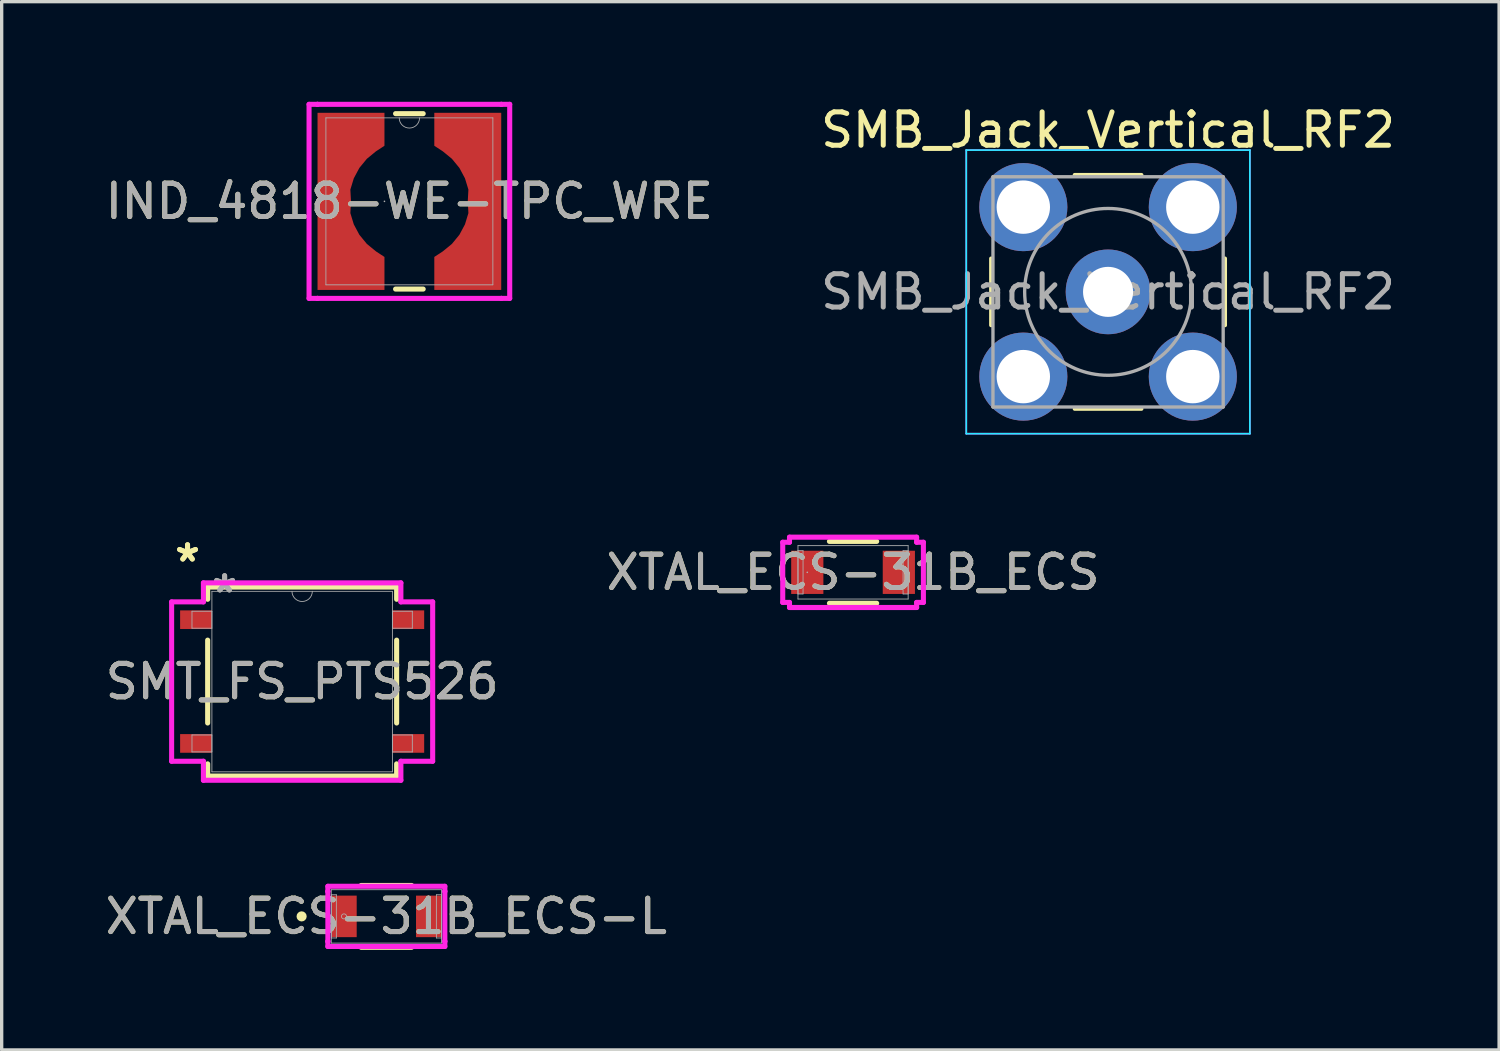
<source format=kicad_pcb>
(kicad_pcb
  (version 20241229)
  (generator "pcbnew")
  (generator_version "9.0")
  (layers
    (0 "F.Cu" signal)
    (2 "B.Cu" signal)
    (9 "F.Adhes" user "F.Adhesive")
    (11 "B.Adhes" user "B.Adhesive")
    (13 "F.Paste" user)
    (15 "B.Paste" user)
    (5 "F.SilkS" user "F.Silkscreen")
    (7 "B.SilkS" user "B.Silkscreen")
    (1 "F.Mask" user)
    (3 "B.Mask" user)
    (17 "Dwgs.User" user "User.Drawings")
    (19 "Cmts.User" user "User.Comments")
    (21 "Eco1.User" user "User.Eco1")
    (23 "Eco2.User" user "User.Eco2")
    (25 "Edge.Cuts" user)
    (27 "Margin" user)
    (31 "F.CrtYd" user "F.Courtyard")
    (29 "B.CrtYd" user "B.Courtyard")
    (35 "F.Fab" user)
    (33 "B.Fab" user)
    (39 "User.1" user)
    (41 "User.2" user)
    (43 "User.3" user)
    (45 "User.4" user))
  (footprint "SMT_FS_PTS526"
    (layer "F.Cu")
    (at 6.006 17.378)
    (property "Reference" "SMT_FS_PTS526" (at 0 0 0) (unlocked yes) (layer "F.SilkS") (effects (font (size 1 1) (thickness 0.15))))
    (attr smd)
    (fp_line (start -2.832 -2.832) (end -2.832 -2.466) (stroke (width 0.152) (type solid)) (layer "F.SilkS"))
    (fp_line (start -2.832 -1.242) (end -2.832 1.242) (stroke (width 0.152) (type solid)) (layer "F.SilkS"))
    (fp_line (start -2.832 2.466) (end -2.832 2.832) (stroke (width 0.152) (type solid)) (layer "F.SilkS"))
    (fp_line (start -2.832 2.832) (end 2.832 2.832) (stroke (width 0.152) (type solid)) (layer "F.SilkS"))
    (fp_line (start 2.832 -2.832) (end -2.832 -2.832) (stroke (width 0.152) (type solid)) (layer "F.SilkS"))
    (fp_line (start 2.832 -2.466) (end 2.832 -2.832) (stroke (width 0.152) (type solid)) (layer "F.SilkS"))
    (fp_line (start 2.832 1.242) (end 2.832 -1.242) (stroke (width 0.152) (type solid)) (layer "F.SilkS"))
    (fp_line (start 2.832 2.832) (end 2.832 2.466) (stroke (width 0.152) (type solid)) (layer "F.SilkS"))
    (fp_line (start -3.912 -2.388) (end -2.959 -2.388) (stroke (width 0.152) (type solid)) (layer "F.CrtYd"))
    (fp_line (start -3.912 2.388) (end -3.912 -2.388) (stroke (width 0.152) (type solid)) (layer "F.CrtYd"))
    (fp_line (start -3.912 2.388) (end -2.959 2.388) (stroke (width 0.152) (type solid)) (layer "F.CrtYd"))
    (fp_line (start -2.959 -2.959) (end 2.959 -2.959) (stroke (width 0.152) (type solid)) (layer "F.CrtYd"))
    (fp_line (start -2.959 -2.388) (end -2.959 -2.959) (stroke (width 0.152) (type solid)) (layer "F.CrtYd"))
    (fp_line (start -2.959 2.959) (end -2.959 2.388) (stroke (width 0.152) (type solid)) (layer "F.CrtYd"))
    (fp_line (start 2.959 -2.959) (end 2.959 -2.388) (stroke (width 0.152) (type solid)) (layer "F.CrtYd"))
    (fp_line (start 2.959 2.388) (end 2.959 2.959) (stroke (width 0.152) (type solid)) (layer "F.CrtYd"))
    (fp_line (start 2.959 2.959) (end -2.959 2.959) (stroke (width 0.152) (type solid)) (layer "F.CrtYd"))
    (fp_line (start 3.912 -2.388) (end 2.959 -2.388) (stroke (width 0.152) (type solid)) (layer "F.CrtYd"))
    (fp_line (start 3.912 -2.388) (end 3.912 2.388) (stroke (width 0.152) (type solid)) (layer "F.CrtYd"))
    (fp_line (start 3.912 2.388) (end 2.959 2.388) (stroke (width 0.152) (type solid)) (layer "F.CrtYd"))
    (fp_line (start -3.302 -2.108) (end -3.302 -1.6) (stroke (width 0.025) (type solid)) (layer "F.Fab"))
    (fp_line (start -3.302 -1.6) (end -2.705 -1.6) (stroke (width 0.025) (type solid)) (layer "F.Fab"))
    (fp_line (start -3.302 1.6) (end -3.302 2.108) (stroke (width 0.025) (type solid)) (layer "F.Fab"))
    (fp_line (start -3.302 2.108) (end -2.705 2.108) (stroke (width 0.025) (type solid)) (layer "F.Fab"))
    (fp_line (start -2.705 -2.705) (end -2.705 2.705) (stroke (width 0.025) (type solid)) (layer "F.Fab"))
    (fp_line (start -2.705 -2.108) (end -3.302 -2.108) (stroke (width 0.025) (type solid)) (layer "F.Fab"))
    (fp_line (start -2.705 -1.6) (end -2.705 -2.108) (stroke (width 0.025) (type solid)) (layer "F.Fab"))
    (fp_line (start -2.705 1.6) (end -3.302 1.6) (stroke (width 0.025) (type solid)) (layer "F.Fab"))
    (fp_line (start -2.705 2.108) (end -2.705 1.6) (stroke (width 0.025) (type solid)) (layer "F.Fab"))
    (fp_line (start -2.705 2.705) (end 2.705 2.705) (stroke (width 0.025) (type solid)) (layer "F.Fab"))
    (fp_line (start 2.705 -2.705) (end -2.705 -2.705) (stroke (width 0.025) (type solid)) (layer "F.Fab"))
    (fp_line (start 2.705 -2.108) (end 2.705 -1.6) (stroke (width 0.025) (type solid)) (layer "F.Fab"))
    (fp_line (start 2.705 -1.6) (end 3.302 -1.6) (stroke (width 0.025) (type solid)) (layer "F.Fab"))
    (fp_line (start 2.705 1.6) (end 2.705 2.108) (stroke (width 0.025) (type solid)) (layer "F.Fab"))
    (fp_line (start 2.705 2.108) (end 3.302 2.108) (stroke (width 0.025) (type solid)) (layer "F.Fab"))
    (fp_line (start 2.705 2.705) (end 2.705 -2.705) (stroke (width 0.025) (type solid)) (layer "F.Fab"))
    (fp_line (start 3.302 -2.108) (end 2.705 -2.108) (stroke (width 0.025) (type solid)) (layer "F.Fab"))
    (fp_line (start 3.302 -1.6) (end 3.302 -2.108) (stroke (width 0.025) (type solid)) (layer "F.Fab"))
    (fp_line (start 3.302 1.6) (end 2.705 1.6) (stroke (width 0.025) (type solid)) (layer "F.Fab"))
    (fp_line (start 3.302 2.108) (end 3.302 1.6) (stroke (width 0.025) (type solid)) (layer "F.Fab"))
    (fp_arc (start 0.3048 -2.7051) (mid 0 -2.4003) (end -0.3048 -2.7051) (stroke (width 0.0254) (type solid)) (layer "F.Fab"))
    (fp_text user "*" (at -3.435 -3.556 0) (unlocked yes) (layer "F.SilkS") (effects (font (size 1 1) (thickness 0.15))))
    (fp_text user "*" (at -3.435 -3.556 0) (layer "F.SilkS") (effects (font (size 1 1) (thickness 0.15))))
    (fp_text user "*" (at -2.324 -2.629 0) (layer "F.Fab") (effects (font (size 1 1) (thickness 0.15))))
    (fp_text user "${REFERENCE}" (at 0 0 0) (unlocked yes) (layer "F.Fab") (effects (font (size 1 1) (thickness 0.15))))
    (fp_text user "*" (at -2.324 -2.629 0) (unlocked yes) (layer "F.Fab") (effects (font (size 1 1) (thickness 0.15))))
    (pad "1" smd rect (at -3.181 -1.854) (size 0.953 0.559) (layers "F.Cu" "F.Mask" "F.Paste"))
    (pad "2" smd rect (at 3.181 -1.854) (size 0.953 0.559) (layers "F.Cu" "F.Mask" "F.Paste"))
    (pad "3" smd rect (at -3.181 1.854) (size 0.953 0.559) (layers "F.Cu" "F.Mask" "F.Paste"))
    (pad "4" smd rect (at 3.181 1.854) (size 0.953 0.559) (layers "F.Cu" "F.Mask" "F.Paste")))
  (footprint "IND_4818-WE-TPC_WRE"
    (layer "F.Cu")
    (at 9.22 2.985)
    (property "Reference" "IND_4818-WE-TPC_WRE" (at 0 0 0) (unlocked yes) (layer "F.SilkS") (effects (font (size 1 1) (thickness 0.15))))
    (attr smd)
    (fp_line (start -0.414 2.629) (end 0.414 2.629) (stroke (width 0.152) (type solid)) (layer "F.SilkS"))
    (fp_line (start 0.414 -2.629) (end -0.414 -2.629) (stroke (width 0.152) (type solid)) (layer "F.SilkS"))
    (fp_line (start -3.007 -2.908) (end -2.756 -2.908) (stroke (width 0.152) (type solid)) (layer "F.CrtYd"))
    (fp_line (start -3.007 2.908) (end -3.007 -2.908) (stroke (width 0.152) (type solid)) (layer "F.CrtYd"))
    (fp_line (start -3.007 2.908) (end -2.756 2.908) (stroke (width 0.152) (type solid)) (layer "F.CrtYd"))
    (fp_line (start -2.756 -2.908) (end -2.756 -2.908) (stroke (width 0.152) (type solid)) (layer "F.CrtYd"))
    (fp_line (start -2.756 -2.908) (end 2.756 -2.908) (stroke (width 0.152) (type solid)) (layer "F.CrtYd"))
    (fp_line (start -2.756 2.908) (end -2.756 2.908) (stroke (width 0.152) (type solid)) (layer "F.CrtYd"))
    (fp_line (start 2.756 -2.908) (end 2.756 -2.908) (stroke (width 0.152) (type solid)) (layer "F.CrtYd"))
    (fp_line (start 2.756 2.908) (end -2.756 2.908) (stroke (width 0.152) (type solid)) (layer "F.CrtYd"))
    (fp_line (start 2.756 2.908) (end 2.756 2.908) (stroke (width 0.152) (type solid)) (layer "F.CrtYd"))
    (fp_line (start 3.007 -2.908) (end 2.756 -2.908) (stroke (width 0.152) (type solid)) (layer "F.CrtYd"))
    (fp_line (start 3.007 -2.908) (end 3.007 2.908) (stroke (width 0.152) (type solid)) (layer "F.CrtYd"))
    (fp_line (start 3.007 2.908) (end 2.756 2.908) (stroke (width 0.152) (type solid)) (layer "F.CrtYd"))
    (fp_line (start -2.502 -2.502) (end -2.502 2.502) (stroke (width 0.025) (type solid)) (layer "F.Fab"))
    (fp_line (start -2.502 2.502) (end 2.502 2.502) (stroke (width 0.025) (type solid)) (layer "F.Fab"))
    (fp_line (start 2.502 -2.502) (end -2.502 -2.502) (stroke (width 0.025) (type solid)) (layer "F.Fab"))
    (fp_line (start 2.502 2.502) (end 2.502 -2.502) (stroke (width 0.025) (type solid)) (layer "F.Fab"))
    (fp_arc (start 0.3048 -2.5019) (mid 0 -2.1971) (end -0.3048 -2.5019) (stroke (width 0.0254) (type solid)) (layer "F.Fab"))
    (fp_circle (center -0.747 0) (end -0.747 0) (stroke (width 0.025) (type solid)) (fill no) (layer "F.Fab"))
    (fp_text user "${REFERENCE}" (at 0 0 0) (unlocked yes) (layer "F.Fab") (effects (font (size 1 1) (thickness 0.15))))
    (pad "1" smd custom (at -2.286 0) (size 0.127 0.127) (layers "F.Cu" "F.Mask" "F.Paste") (options (anchor rect)) (primitives (gr_poly (pts (xy -0.467 -2.654) (xy 1.539 -2.654) (xy 1.539 -1.666) (xy 1.284 -1.499) (xy 1.011 -1.275) (xy 0.787 -1.002) (xy 0.62 -0.69) (xy 0.517 -0.352) (xy 0.536 0) (xy 0.517 0.352) (xy 0.62 0.69) (xy 0.787 1.002) (xy 1.011 1.275) (xy 1.284 1.499) (xy 1.539 1.666) (xy 1.539 2.654) (xy -0.467 2.654)) (width 0) (fill yes))))
    (pad "2" smd custom (at 2.286 0) (size 0.127 0.127) (layers "F.Cu" "F.Mask" "F.Paste") (options (anchor rect)) (primitives (gr_poly (pts (xy 0.467 -2.654) (xy -1.539 -2.654) (xy -1.539 -1.666) (xy -1.284 -1.499) (xy -1.011 -1.275) (xy -0.787 -1.002) (xy -0.62 -0.69) (xy -0.517 -0.352) (xy -0.536 0) (xy -0.517 0.352) (xy -0.62 0.69) (xy -0.787 1.002) (xy -1.011 1.275) (xy -1.284 1.499) (xy -1.539 1.666) (xy -1.539 2.654) (xy 0.467 2.654)) (width 0) (fill yes)))))
  (footprint "SMB_Jack_Vertical_RF2"
    (layer "F.Cu")
    (at 30.161 5.698)
    (property "Reference" "SMB_Jack_Vertical_RF2" (at 0 -4.85 0) (layer "F.SilkS") (effects (font (size 1 1) (thickness 0.15))))
    (attr through_hole)
    (fp_line (start -3.505 1) (end -3.505 -1) (stroke (width 0.12) (type solid)) (layer "F.SilkS"))
    (fp_line (start -1 -3.505) (end 1 -3.505) (stroke (width 0.12) (type solid)) (layer "F.SilkS"))
    (fp_line (start 1 3.505) (end -1 3.505) (stroke (width 0.12) (type solid)) (layer "F.SilkS"))
    (fp_line (start 3.505 -1) (end 3.505 1) (stroke (width 0.12) (type solid)) (layer "F.SilkS"))
    (fp_line (start -4.25 -4.25) (end 4.25 -4.25) (stroke (width 0.05) (type solid)) (layer "B.CrtYd"))
    (fp_line (start -4.25 4.25) (end -4.25 -4.25) (stroke (width 0.05) (type solid)) (layer "B.CrtYd"))
    (fp_line (start 4.25 -4.25) (end 4.25 4.25) (stroke (width 0.05) (type solid)) (layer "B.CrtYd"))
    (fp_line (start 4.25 4.25) (end -4.25 4.25) (stroke (width 0.05) (type solid)) (layer "B.CrtYd"))
    (fp_line (start -4.25 -4.25) (end 4.25 -4.25) (stroke (width 0.05) (type solid)) (layer "F.CrtYd"))
    (fp_line (start -4.25 4.25) (end -4.25 -4.25) (stroke (width 0.05) (type solid)) (layer "F.CrtYd"))
    (fp_line (start 4.25 -4.25) (end 4.25 4.25) (stroke (width 0.05) (type solid)) (layer "F.CrtYd"))
    (fp_line (start 4.25 4.25) (end -4.25 4.25) (stroke (width 0.05) (type solid)) (layer "F.CrtYd"))
    (fp_line (start -3.45 -3.45) (end -3.45 3.45) (stroke (width 0.1) (type solid)) (layer "F.Fab"))
    (fp_line (start -3.45 3.45) (end 3.45 3.45) (stroke (width 0.1) (type solid)) (layer "F.Fab"))
    (fp_line (start 3.45 -3.45) (end -3.45 -3.45) (stroke (width 0.1) (type solid)) (layer "F.Fab"))
    (fp_line (start 3.45 3.45) (end 3.45 -3.45) (stroke (width 0.1) (type solid)) (layer "F.Fab"))
    (fp_circle (center 0 0) (end 2.5 0) (stroke (width 0.1) (type solid)) (fill no) (layer "F.Fab"))
    (fp_text user "${REFERENCE}" (at 0 0 0) (layer "F.Fab") (effects (font (size 1 1) (thickness 0.15))))
    (pad "1" thru_hole circle (at 0 0) (size 2.54 2.54) (drill 1.5) (layers "*.Cu" "*.Mask"))
    (pad "2" thru_hole circle (at -2.54 -2.54) (size 2.64 2.64) (drill 1.6) (layers "*.Cu" "*.Mask"))
    (pad "2" thru_hole circle (at -2.54 2.54) (size 2.64 2.64) (drill 1.6) (layers "*.Cu" "*.Mask"))
    (pad "2" thru_hole circle (at 2.54 -2.54) (size 2.64 2.64) (drill 1.6) (layers "*.Cu" "*.Mask"))
    (pad "2" thru_hole circle (at 2.54 2.54) (size 2.64 2.64) (drill 1.6) (layers "*.Cu" "*.Mask")))
  (footprint "XTAL_ECS-31B_ECS-L"
    (layer "F.Cu")
    (at 8.53 24.416)
    (property "Reference" "XTAL_ECS-31B_ECS-L" (at 0 0 0) (unlocked yes) (layer "F.SilkS") (effects (font (size 1 1) (thickness 0.15))))
    (attr smd)
    (fp_line (start -0.756 0.927) (end 0.756 0.927) (stroke (width 0.152) (type solid)) (layer "F.SilkS"))
    (fp_line (start 0.756 -0.927) (end -0.756 -0.927) (stroke (width 0.152) (type solid)) (layer "F.SilkS"))
    (fp_circle (center -2.54 0) (end -2.464 0) (stroke (width 0.152) (type solid)) (fill no) (layer "F.SilkS"))
    (fp_line (start -1.753 -0.902) (end 1.753 -0.902) (stroke (width 0.152) (type solid)) (layer "F.CrtYd"))
    (fp_line (start -1.753 -0.749) (end -1.753 -0.902) (stroke (width 0.152) (type solid)) (layer "F.CrtYd"))
    (fp_line (start -1.753 -0.749) (end -1.753 -0.749) (stroke (width 0.152) (type solid)) (layer "F.CrtYd"))
    (fp_line (start -1.753 0.749) (end -1.753 -0.749) (stroke (width 0.152) (type solid)) (layer "F.CrtYd"))
    (fp_line (start -1.753 0.749) (end -1.753 0.749) (stroke (width 0.152) (type solid)) (layer "F.CrtYd"))
    (fp_line (start -1.753 0.902) (end -1.753 0.749) (stroke (width 0.152) (type solid)) (layer "F.CrtYd"))
    (fp_line (start 1.753 -0.902) (end 1.753 -0.749) (stroke (width 0.152) (type solid)) (layer "F.CrtYd"))
    (fp_line (start 1.753 -0.749) (end 1.753 -0.749) (stroke (width 0.152) (type solid)) (layer "F.CrtYd"))
    (fp_line (start 1.753 -0.749) (end 1.753 0.749) (stroke (width 0.152) (type solid)) (layer "F.CrtYd"))
    (fp_line (start 1.753 0.749) (end 1.753 0.749) (stroke (width 0.152) (type solid)) (layer "F.CrtYd"))
    (fp_line (start 1.753 0.749) (end 1.753 0.902) (stroke (width 0.152) (type solid)) (layer "F.CrtYd"))
    (fp_line (start 1.753 0.902) (end -1.753 0.902) (stroke (width 0.152) (type solid)) (layer "F.CrtYd"))
    (fp_line (start -1.651 -0.8) (end -1.651 0.8) (stroke (width 0.025) (type solid)) (layer "F.Fab"))
    (fp_line (start -1.651 -0.648) (end -1.499 -0.648) (stroke (width 0.025) (type solid)) (layer "F.Fab"))
    (fp_line (start -1.651 0.648) (end -1.651 -0.648) (stroke (width 0.025) (type solid)) (layer "F.Fab"))
    (fp_line (start -1.651 0.8) (end 1.651 0.8) (stroke (width 0.025) (type solid)) (layer "F.Fab"))
    (fp_line (start -1.499 -0.648) (end -1.499 0.648) (stroke (width 0.025) (type solid)) (layer "F.Fab"))
    (fp_line (start -1.499 0.648) (end -1.651 0.648) (stroke (width 0.025) (type solid)) (layer "F.Fab"))
    (fp_line (start 1.499 -0.648) (end 1.651 -0.648) (stroke (width 0.025) (type solid)) (layer "F.Fab"))
    (fp_line (start 1.499 0.648) (end 1.499 -0.648) (stroke (width 0.025) (type solid)) (layer "F.Fab"))
    (fp_line (start 1.651 -0.8) (end -1.651 -0.8) (stroke (width 0.025) (type solid)) (layer "F.Fab"))
    (fp_line (start 1.651 -0.648) (end 1.651 0.648) (stroke (width 0.025) (type solid)) (layer "F.Fab"))
    (fp_line (start 1.651 0.648) (end 1.499 0.648) (stroke (width 0.025) (type solid)) (layer "F.Fab"))
    (fp_line (start 1.651 0.8) (end 1.651 -0.8) (stroke (width 0.025) (type solid)) (layer "F.Fab"))
    (fp_circle (center -1.27 0) (end -1.194 0) (stroke (width 0.025) (type solid)) (fill no) (layer "F.Fab"))
    (fp_text user "${REFERENCE}" (at 0 0 0) (unlocked yes) (layer "F.Fab") (effects (font (size 1 1) (thickness 0.15))))
    (pad "1" smd rect (at -1.27 0) (size 0.762 1.245) (layers "F.Cu" "F.Mask" "F.Paste"))
    (pad "2" smd rect (at 1.27 0) (size 0.762 1.245) (layers "F.Cu" "F.Mask" "F.Paste"))
    (zone (net_name "") (layer "F.Cu") (hatch full 0.508) (connect_pads) (min_thickness 0.254) (filled_areas_thickness no) (keepout (tracks not_allowed) (vias not_allowed) (pads allowed) (copperpour not_allowed) (footprints allowed)) (placement (enabled no)) (fill) (polygon (pts (xy 7.692 23.667) (xy 9.368 23.667) (xy 9.368 25.165) (xy 7.692 25.165)))))
  (footprint "XTAL_ECS-31B_ECS"
    (layer "F.Cu")
    (at 22.518 14.104)
    (property "Reference" "XTAL_ECS-31B_ECS" (at 0 0 0) (unlocked yes) (layer "F.SilkS") (effects (font (size 1 1) (thickness 0.15))))
    (attr smd)
    (fp_line (start -0.708 0.927) (end 0.708 0.927) (stroke (width 0.152) (type solid)) (layer "F.SilkS"))
    (fp_line (start 0.708 -0.927) (end -0.708 -0.927) (stroke (width 0.152) (type solid)) (layer "F.SilkS"))
    (fp_line (start -2.108 -0.902) (end -1.905 -0.902) (stroke (width 0.152) (type solid)) (layer "F.CrtYd"))
    (fp_line (start -2.108 0.902) (end -2.108 -0.902) (stroke (width 0.152) (type solid)) (layer "F.CrtYd"))
    (fp_line (start -1.905 -1.054) (end 1.905 -1.054) (stroke (width 0.152) (type solid)) (layer "F.CrtYd"))
    (fp_line (start -1.905 -0.902) (end -1.905 -1.054) (stroke (width 0.152) (type solid)) (layer "F.CrtYd"))
    (fp_line (start -1.905 0.902) (end -2.108 0.902) (stroke (width 0.152) (type solid)) (layer "F.CrtYd"))
    (fp_line (start -1.905 1.054) (end -1.905 0.902) (stroke (width 0.152) (type solid)) (layer "F.CrtYd"))
    (fp_line (start 1.905 -1.054) (end 1.905 -0.902) (stroke (width 0.152) (type solid)) (layer "F.CrtYd"))
    (fp_line (start 1.905 -0.902) (end 2.108 -0.902) (stroke (width 0.152) (type solid)) (layer "F.CrtYd"))
    (fp_line (start 1.905 0.902) (end 1.905 1.054) (stroke (width 0.152) (type solid)) (layer "F.CrtYd"))
    (fp_line (start 1.905 1.054) (end -1.905 1.054) (stroke (width 0.152) (type solid)) (layer "F.CrtYd"))
    (fp_line (start 2.108 -0.902) (end 2.108 0.902) (stroke (width 0.152) (type solid)) (layer "F.CrtYd"))
    (fp_line (start 2.108 0.902) (end 1.905 0.902) (stroke (width 0.152) (type solid)) (layer "F.CrtYd"))
    (fp_line (start -1.651 -0.8) (end -1.651 0.8) (stroke (width 0.025) (type solid)) (layer "F.Fab"))
    (fp_line (start -1.651 -0.648) (end -1.499 -0.648) (stroke (width 0.025) (type solid)) (layer "F.Fab"))
    (fp_line (start -1.651 0.648) (end -1.651 -0.648) (stroke (width 0.025) (type solid)) (layer "F.Fab"))
    (fp_line (start -1.651 0.8) (end 1.651 0.8) (stroke (width 0.025) (type solid)) (layer "F.Fab"))
    (fp_line (start -1.499 -0.648) (end -1.499 0.648) (stroke (width 0.025) (type solid)) (layer "F.Fab"))
    (fp_line (start -1.499 0.648) (end -1.651 0.648) (stroke (width 0.025) (type solid)) (layer "F.Fab"))
    (fp_line (start 1.499 -0.648) (end 1.651 -0.648) (stroke (width 0.025) (type solid)) (layer "F.Fab"))
    (fp_line (start 1.499 0.648) (end 1.499 -0.648) (stroke (width 0.025) (type solid)) (layer "F.Fab"))
    (fp_line (start 1.651 -0.8) (end -1.651 -0.8) (stroke (width 0.025) (type solid)) (layer "F.Fab"))
    (fp_line (start 1.651 -0.648) (end 1.651 0.648) (stroke (width 0.025) (type solid)) (layer "F.Fab"))
    (fp_line (start 1.651 0.648) (end 1.499 0.648) (stroke (width 0.025) (type solid)) (layer "F.Fab"))
    (fp_line (start 1.651 0.8) (end 1.651 -0.8) (stroke (width 0.025) (type solid)) (layer "F.Fab"))
    (fp_circle (center -1.372 0) (end -1.372 0) (stroke (width 0.025) (type solid)) (fill no) (layer "F.Fab"))
    (fp_text user "${REFERENCE}" (at 0 0 0) (unlocked yes) (layer "F.Fab") (effects (font (size 1 1) (thickness 0.15))))
    (pad "1" smd rect (at -1.372 0) (size 0.965 1.295) (layers "F.Cu" "F.Mask" "F.Paste"))
    (pad "2" smd rect (at 1.372 0) (size 0.965 1.295) (layers "F.Cu" "F.Mask" "F.Paste"))
    (zone (net_name "") (layer "F.Cu") (hatch full 0.508) (connect_pads) (min_thickness 0.254) (filled_areas_thickness no) (keepout (tracks not_allowed) (vias not_allowed) (pads allowed) (copperpour not_allowed) (footprints allowed)) (placement (enabled no)) (fill) (polygon (pts (xy 21.68 13.354) (xy 23.356 13.354) (xy 23.356 14.853) (xy 21.68 14.853)))))
  (gr_rect
    (start -3 -3)
    (end 41.881 28.419)
    (stroke (width 0.1) (type default))
    (fill no)
    (layer "Edge.Cuts")))
</source>
